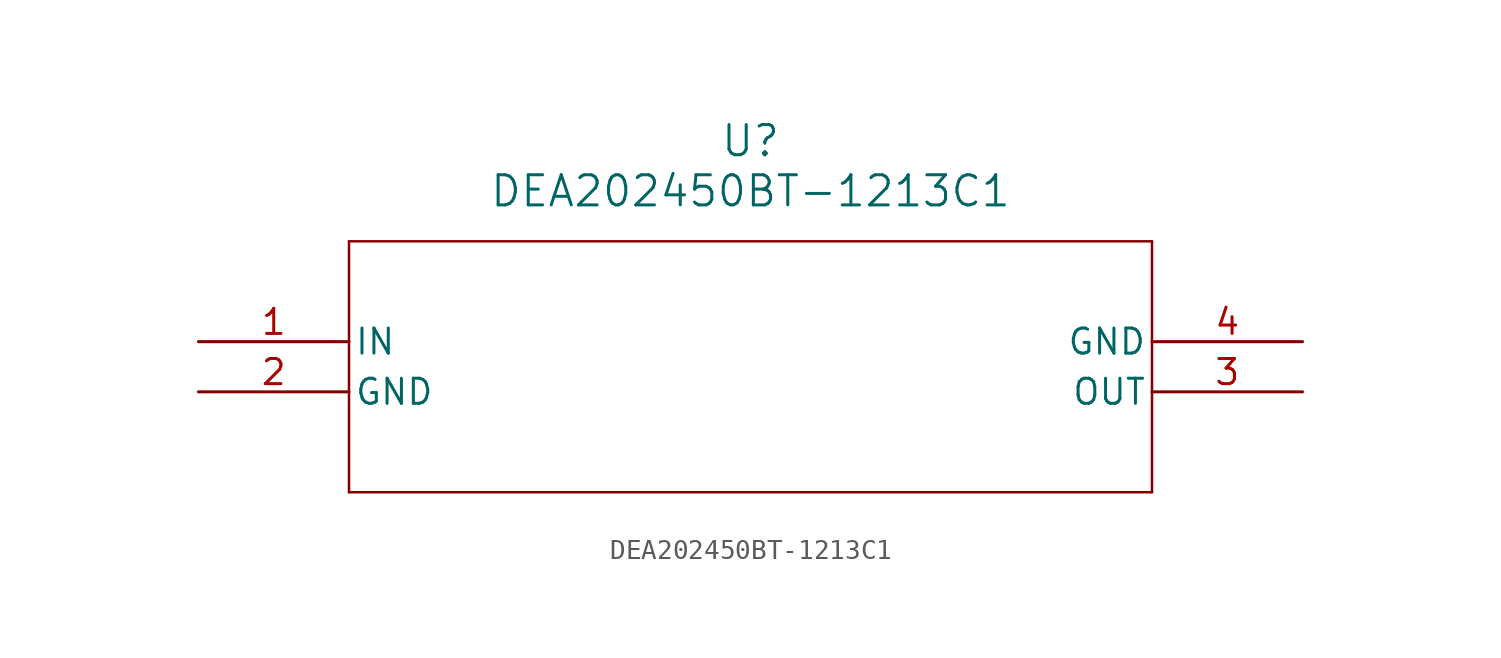
<source format=kicad_sym>
(kicad_symbol_lib
  (version 20211014)
  (generator kicad_symbol_editor)
  (symbol "DEA202450BT-1213C1"
    (pin_names
      (offset 0.254))
    (property "Reference" "U"
      (at 27.94 10.16 0)
      (effects (font (size 1.524 1.524))))
    (property "Value" "DEA202450BT-1213C1"
      (at 27.94 7.62 0)
      (effects (font (size 1.524 1.524))))
    (polyline
      (pts (xy 7.62 5.08) (xy 7.62 -7.62))
      (stroke (width 0.127) (type default) (color 0 0 0 0))
      (fill (type none)))
    (polyline
      (pts (xy 7.62 -7.62) (xy 48.26 -7.62))
      (stroke (width 0.127) (type default) (color 0 0 0 0))
      (fill (type none)))
    (polyline
      (pts (xy 48.26 -7.62) (xy 48.26 5.08))
      (stroke (width 0.127) (type default) (color 0 0 0 0))
      (fill (type none)))
    (polyline
      (pts (xy 48.26 5.08) (xy 7.62 5.08))
      (stroke (width 0.127) (type default) (color 0 0 0 0))
      (fill (type none)))
    (pin input line
      (at 0 0 0)
      (length 7.62)
      (name "IN" (effects (font (size 1.27 1.27))))
      (number "1" (effects (font (size 1.27 1.27)))))
    (pin power_in line
      (at 0 -2.54 0)
      (length 7.62)
      (name "GND" (effects (font (size 1.27 1.27))))
      (number "2" (effects (font (size 1.27 1.27)))))
    (pin output line
      (at 55.88 -2.54 180)
      (length 7.62)
      (name "OUT" (effects (font (size 1.27 1.27))))
      (number "3" (effects (font (size 1.27 1.27)))))
    (pin power_in line
      (at 55.88 0 180)
      (length 7.62)
      (name "GND" (effects (font (size 1.27 1.27))))
      (number "4" (effects (font (size 1.27 1.27)))))))
</source>
